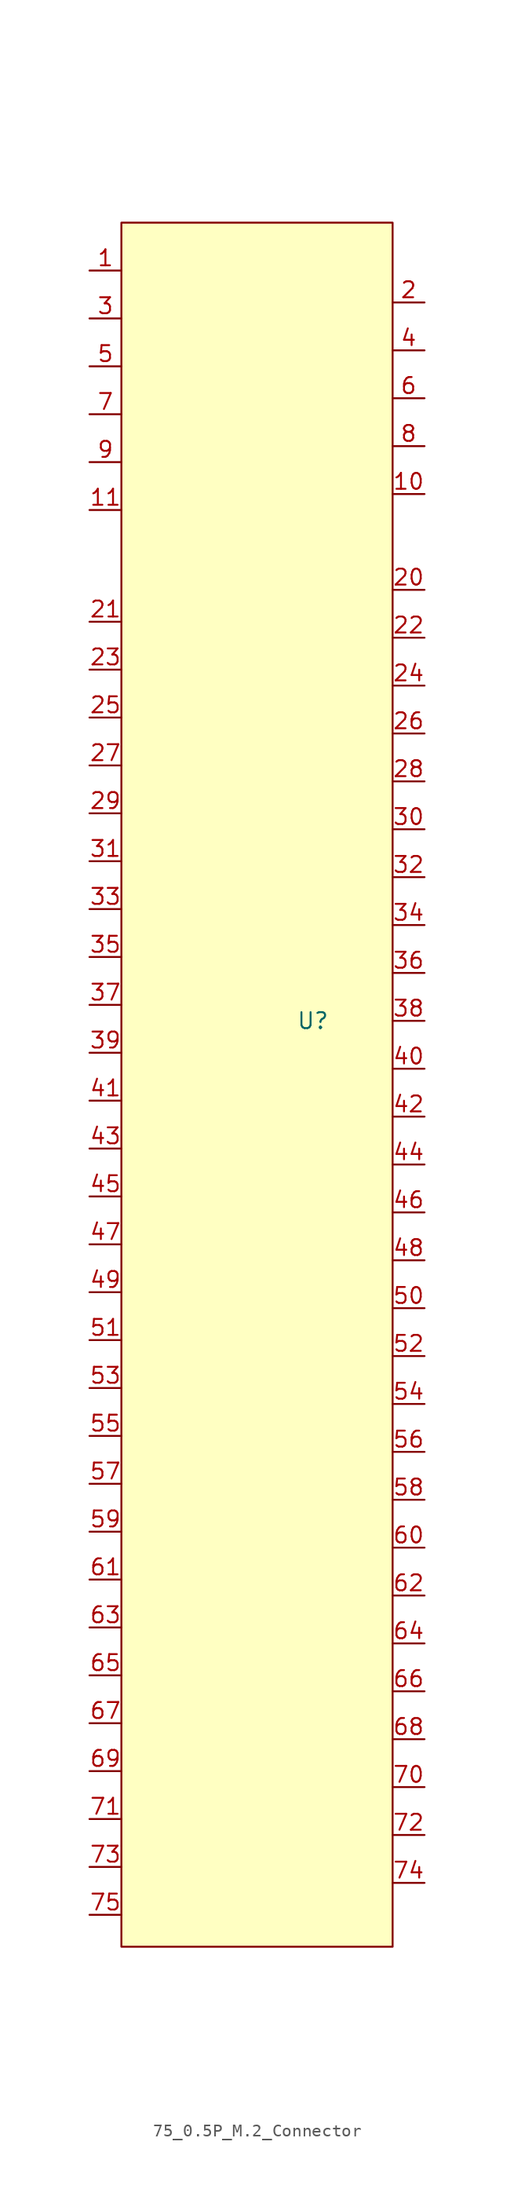
<source format=kicad_sym>
(kicad_symbol_lib
  (version 20231120)
  (generator "kicad_symbol_editor")
  (generator_version "8.0")
  (symbol "75_0.5P_M.2_Connector"
    (property "Reference" "U"
      (at 3.81 2.54 0)
      (effects (font (size 1.27 1.27))))
    (property "Value" ""
      (at 0 2.54 0)
      (effects (font (size 1.27 1.27))))
    (symbol "75_0.5P_M.2_Connector_1_1"
      (rectangle (start -11.43 66.04) (end 10.16 -71.12) (stroke (width 0) (type default)) (fill (type background)))
      (pin input line (at -13.97 62.23 0) (length 2.54) (name "" (effects (font (size 1.27 1.27)))) (number "1" (effects (font (size 1.27 1.27)))))
      (pin input line (at 12.7 44.45 180) (length 2.54) (name "" (effects (font (size 1.27 1.27)))) (number "10" (effects (font (size 1.27 1.27)))))
      (pin input line (at -13.97 43.18 0) (length 2.54) (name "" (effects (font (size 1.27 1.27)))) (number "11" (effects (font (size 1.27 1.27)))))
      (pin input line (at 12.7 59.69 180) (length 2.54) (name "" (effects (font (size 1.27 1.27)))) (number "2" (effects (font (size 1.27 1.27)))))
      (pin input line (at 12.7 36.83 180) (length 2.54) (name "" (effects (font (size 1.27 1.27)))) (number "20" (effects (font (size 1.27 1.27)))))
      (pin input line (at -13.97 34.29 0) (length 2.54) (name "" (effects (font (size 1.27 1.27)))) (number "21" (effects (font (size 1.27 1.27)))))
      (pin input line (at 12.7 33.02 180) (length 2.54) (name "" (effects (font (size 1.27 1.27)))) (number "22" (effects (font (size 1.27 1.27)))))
      (pin input line (at -13.97 30.48 0) (length 2.54) (name "" (effects (font (size 1.27 1.27)))) (number "23" (effects (font (size 1.27 1.27)))))
      (pin input line (at 12.7 29.21 180) (length 2.54) (name "" (effects (font (size 1.27 1.27)))) (number "24" (effects (font (size 1.27 1.27)))))
      (pin input line (at -13.97 26.67 0) (length 2.54) (name "" (effects (font (size 1.27 1.27)))) (number "25" (effects (font (size 1.27 1.27)))))
      (pin input line (at 12.7 25.4 180) (length 2.54) (name "" (effects (font (size 1.27 1.27)))) (number "26" (effects (font (size 1.27 1.27)))))
      (pin input line (at -13.97 22.86 0) (length 2.54) (name "" (effects (font (size 1.27 1.27)))) (number "27" (effects (font (size 1.27 1.27)))))
      (pin input line (at 12.7 21.59 180) (length 2.54) (name "" (effects (font (size 1.27 1.27)))) (number "28" (effects (font (size 1.27 1.27)))))
      (pin input line (at -13.97 19.05 0) (length 2.54) (name "" (effects (font (size 1.27 1.27)))) (number "29" (effects (font (size 1.27 1.27)))))
      (pin input line (at -13.97 58.42 0) (length 2.54) (name "" (effects (font (size 1.27 1.27)))) (number "3" (effects (font (size 1.27 1.27)))))
      (pin input line (at 12.7 17.78 180) (length 2.54) (name "" (effects (font (size 1.27 1.27)))) (number "30" (effects (font (size 1.27 1.27)))))
      (pin input line (at -13.97 15.24 0) (length 2.54) (name "" (effects (font (size 1.27 1.27)))) (number "31" (effects (font (size 1.27 1.27)))))
      (pin input line (at 12.7 13.97 180) (length 2.54) (name "" (effects (font (size 1.27 1.27)))) (number "32" (effects (font (size 1.27 1.27)))))
      (pin input line (at -13.97 11.43 0) (length 2.54) (name "" (effects (font (size 1.27 1.27)))) (number "33" (effects (font (size 1.27 1.27)))))
      (pin input line (at 12.7 10.16 180) (length 2.54) (name "" (effects (font (size 1.27 1.27)))) (number "34" (effects (font (size 1.27 1.27)))))
      (pin input line (at -13.97 7.62 0) (length 2.54) (name "" (effects (font (size 1.27 1.27)))) (number "35" (effects (font (size 1.27 1.27)))))
      (pin input line (at 12.7 6.35 180) (length 2.54) (name "" (effects (font (size 1.27 1.27)))) (number "36" (effects (font (size 1.27 1.27)))))
      (pin input line (at -13.97 3.81 0) (length 2.54) (name "" (effects (font (size 1.27 1.27)))) (number "37" (effects (font (size 1.27 1.27)))))
      (pin input line (at 12.7 2.54 180) (length 2.54) (name "" (effects (font (size 1.27 1.27)))) (number "38" (effects (font (size 1.27 1.27)))))
      (pin input line (at -13.97 0 0) (length 2.54) (name "" (effects (font (size 1.27 1.27)))) (number "39" (effects (font (size 1.27 1.27)))))
      (pin input line (at 12.7 55.88 180) (length 2.54) (name "" (effects (font (size 1.27 1.27)))) (number "4" (effects (font (size 1.27 1.27)))))
      (pin input line (at 12.7 -1.27 180) (length 2.54) (name "" (effects (font (size 1.27 1.27)))) (number "40" (effects (font (size 1.27 1.27)))))
      (pin input line (at -13.97 -3.81 0) (length 2.54) (name "" (effects (font (size 1.27 1.27)))) (number "41" (effects (font (size 1.27 1.27)))))
      (pin input line (at 12.7 -5.08 180) (length 2.54) (name "" (effects (font (size 1.27 1.27)))) (number "42" (effects (font (size 1.27 1.27)))))
      (pin input line (at -13.97 -7.62 0) (length 2.54) (name "" (effects (font (size 1.27 1.27)))) (number "43" (effects (font (size 1.27 1.27)))))
      (pin input line (at 12.7 -8.89 180) (length 2.54) (name "" (effects (font (size 1.27 1.27)))) (number "44" (effects (font (size 1.27 1.27)))))
      (pin input line (at -13.97 -11.43 0) (length 2.54) (name "" (effects (font (size 1.27 1.27)))) (number "45" (effects (font (size 1.27 1.27)))))
      (pin input line (at 12.7 -12.7 180) (length 2.54) (name "" (effects (font (size 1.27 1.27)))) (number "46" (effects (font (size 1.27 1.27)))))
      (pin input line (at -13.97 -15.24 0) (length 2.54) (name "" (effects (font (size 1.27 1.27)))) (number "47" (effects (font (size 1.27 1.27)))))
      (pin input line (at 12.7 -16.51 180) (length 2.54) (name "" (effects (font (size 1.27 1.27)))) (number "48" (effects (font (size 1.27 1.27)))))
      (pin input line (at -13.97 -19.05 0) (length 2.54) (name "" (effects (font (size 1.27 1.27)))) (number "49" (effects (font (size 1.27 1.27)))))
      (pin input line (at -13.97 54.61 0) (length 2.54) (name "" (effects (font (size 1.27 1.27)))) (number "5" (effects (font (size 1.27 1.27)))))
      (pin input line (at 12.7 -20.32 180) (length 2.54) (name "" (effects (font (size 1.27 1.27)))) (number "50" (effects (font (size 1.27 1.27)))))
      (pin input line (at -13.97 -22.86 0) (length 2.54) (name "" (effects (font (size 1.27 1.27)))) (number "51" (effects (font (size 1.27 1.27)))))
      (pin input line (at 12.7 -24.13 180) (length 2.54) (name "" (effects (font (size 1.27 1.27)))) (number "52" (effects (font (size 1.27 1.27)))))
      (pin input line (at -13.97 -26.67 0) (length 2.54) (name "" (effects (font (size 1.27 1.27)))) (number "53" (effects (font (size 1.27 1.27)))))
      (pin input line (at 12.7 -27.94 180) (length 2.54) (name "" (effects (font (size 1.27 1.27)))) (number "54" (effects (font (size 1.27 1.27)))))
      (pin input line (at -13.97 -30.48 0) (length 2.54) (name "" (effects (font (size 1.27 1.27)))) (number "55" (effects (font (size 1.27 1.27)))))
      (pin input line (at 12.7 -31.75 180) (length 2.54) (name "" (effects (font (size 1.27 1.27)))) (number "56" (effects (font (size 1.27 1.27)))))
      (pin input line (at -13.97 -34.29 0) (length 2.54) (name "" (effects (font (size 1.27 1.27)))) (number "57" (effects (font (size 1.27 1.27)))))
      (pin input line (at 12.7 -35.56 180) (length 2.54) (name "" (effects (font (size 1.27 1.27)))) (number "58" (effects (font (size 1.27 1.27)))))
      (pin input line (at -13.97 -38.1 0) (length 2.54) (name "" (effects (font (size 1.27 1.27)))) (number "59" (effects (font (size 1.27 1.27)))))
      (pin input line (at 12.7 52.07 180) (length 2.54) (name "" (effects (font (size 1.27 1.27)))) (number "6" (effects (font (size 1.27 1.27)))))
      (pin input line (at 12.7 -39.37 180) (length 2.54) (name "" (effects (font (size 1.27 1.27)))) (number "60" (effects (font (size 1.27 1.27)))))
      (pin input line (at -13.97 -41.91 0) (length 2.54) (name "" (effects (font (size 1.27 1.27)))) (number "61" (effects (font (size 1.27 1.27)))))
      (pin input line (at 12.7 -43.18 180) (length 2.54) (name "" (effects (font (size 1.27 1.27)))) (number "62" (effects (font (size 1.27 1.27)))))
      (pin input line (at -13.97 -45.72 0) (length 2.54) (name "" (effects (font (size 1.27 1.27)))) (number "63" (effects (font (size 1.27 1.27)))))
      (pin input line (at 12.7 -46.99 180) (length 2.54) (name "" (effects (font (size 1.27 1.27)))) (number "64" (effects (font (size 1.27 1.27)))))
      (pin input line (at -13.97 -49.53 0) (length 2.54) (name "" (effects (font (size 1.27 1.27)))) (number "65" (effects (font (size 1.27 1.27)))))
      (pin input line (at 12.7 -50.8 180) (length 2.54) (name "" (effects (font (size 1.27 1.27)))) (number "66" (effects (font (size 1.27 1.27)))))
      (pin input line (at -13.97 -53.34 0) (length 2.54) (name "" (effects (font (size 1.27 1.27)))) (number "67" (effects (font (size 1.27 1.27)))))
      (pin input line (at 12.7 -54.61 180) (length 2.54) (name "" (effects (font (size 1.27 1.27)))) (number "68" (effects (font (size 1.27 1.27)))))
      (pin input line (at -13.97 -57.15 0) (length 2.54) (name "" (effects (font (size 1.27 1.27)))) (number "69" (effects (font (size 1.27 1.27)))))
      (pin input line (at -13.97 50.8 0) (length 2.54) (name "" (effects (font (size 1.27 1.27)))) (number "7" (effects (font (size 1.27 1.27)))))
      (pin input line (at 12.7 -58.42 180) (length 2.54) (name "" (effects (font (size 1.27 1.27)))) (number "70" (effects (font (size 1.27 1.27)))))
      (pin input line (at -13.97 -60.96 0) (length 2.54) (name "" (effects (font (size 1.27 1.27)))) (number "71" (effects (font (size 1.27 1.27)))))
      (pin input line (at 12.7 -62.23 180) (length 2.54) (name "" (effects (font (size 1.27 1.27)))) (number "72" (effects (font (size 1.27 1.27)))))
      (pin input line (at -13.97 -64.77 0) (length 2.54) (name "" (effects (font (size 1.27 1.27)))) (number "73" (effects (font (size 1.27 1.27)))))
      (pin input line (at 12.7 -66.04 180) (length 2.54) (name "" (effects (font (size 1.27 1.27)))) (number "74" (effects (font (size 1.27 1.27)))))
      (pin input line (at -13.97 -68.58 0) (length 2.54) (name "" (effects (font (size 1.27 1.27)))) (number "75" (effects (font (size 1.27 1.27)))))
      (pin input line (at 12.7 48.26 180) (length 2.54) (name "" (effects (font (size 1.27 1.27)))) (number "8" (effects (font (size 1.27 1.27)))))
      (pin input line (at -13.97 46.99 0) (length 2.54) (name "" (effects (font (size 1.27 1.27)))) (number "9" (effects (font (size 1.27 1.27))))))))
</source>
